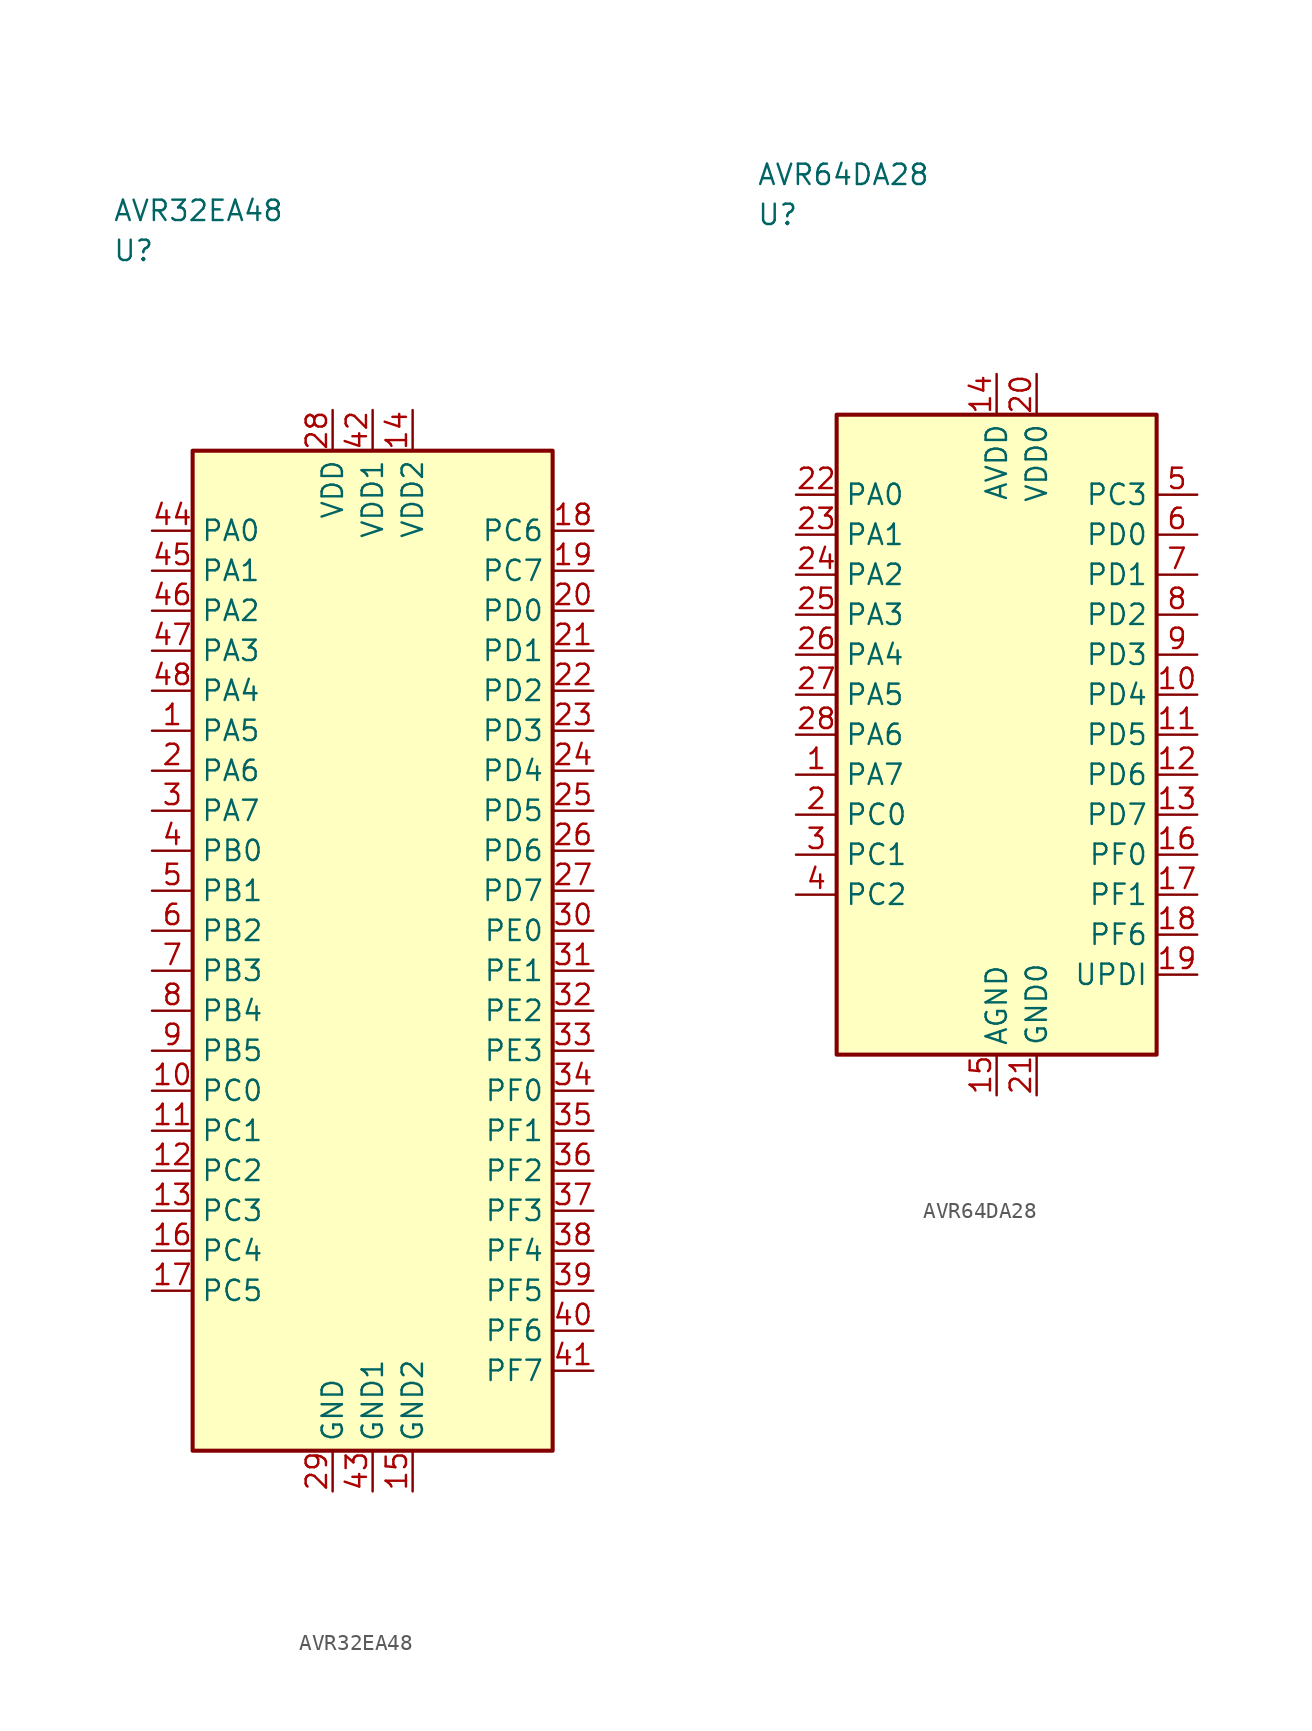
<source format=kicad_sym>
(kicad_symbol_lib
  (version 20241025)
  (generator "kicad_symbol_editor")
  (generator_version "8.0")
  (symbol "AVR32EA48"
    (property "Reference" "U"
      (at -16.25 43.75 0)
      (effects (font (size 1.27 1.27)) (justify left)))
    (property "Value" "AVR32EA48"
      (at -16.25 46.25 0)
      (effects (font (size 1.27 1.27)) (justify left)))
    (symbol "AVR32EA48_0_1"
      (rectangle (start -11.25 31.25) (end 11.25 -31.25) (stroke (width 0.254) (type default)) (fill (type background))))
    (symbol "AVR32EA48_1_1"
      (pin bidirectional line (at -13.79 13.75 0.0) (length 2.54) (name "PA5" (effects (font (size 1.27 1.27)))) (number "1" (effects (font (size 1.27 1.27)))))
      (pin bidirectional line (at -13.79 11.25 0.0) (length 2.54) (name "PA6" (effects (font (size 1.27 1.27)))) (number "2" (effects (font (size 1.27 1.27)))))
      (pin bidirectional line (at -13.79 8.75 0.0) (length 2.54) (name "PA7" (effects (font (size 1.27 1.27)))) (number "3" (effects (font (size 1.27 1.27)))))
      (pin bidirectional line (at -13.79 6.25 0.0) (length 2.54) (name "PB0" (effects (font (size 1.27 1.27)))) (number "4" (effects (font (size 1.27 1.27)))))
      (pin bidirectional line (at -13.79 3.75 0.0) (length 2.54) (name "PB1" (effects (font (size 1.27 1.27)))) (number "5" (effects (font (size 1.27 1.27)))))
      (pin bidirectional line (at -13.79 1.25 0.0) (length 2.54) (name "PB2" (effects (font (size 1.27 1.27)))) (number "6" (effects (font (size 1.27 1.27)))))
      (pin bidirectional line (at -13.79 -1.25 0.0) (length 2.54) (name "PB3" (effects (font (size 1.27 1.27)))) (number "7" (effects (font (size 1.27 1.27)))))
      (pin bidirectional line (at -13.79 -3.75 0.0) (length 2.54) (name "PB4" (effects (font (size 1.27 1.27)))) (number "8" (effects (font (size 1.27 1.27)))))
      (pin bidirectional line (at -13.79 -6.25 0.0) (length 2.54) (name "PB5" (effects (font (size 1.27 1.27)))) (number "9" (effects (font (size 1.27 1.27)))))
      (pin bidirectional line (at -13.79 -8.75 0.0) (length 2.54) (name "PC0" (effects (font (size 1.27 1.27)))) (number "10" (effects (font (size 1.27 1.27)))))
      (pin bidirectional line (at -13.79 -11.25 0.0) (length 2.54) (name "PC1" (effects (font (size 1.27 1.27)))) (number "11" (effects (font (size 1.27 1.27)))))
      (pin bidirectional line (at -13.79 -13.75 0.0) (length 2.54) (name "PC2" (effects (font (size 1.27 1.27)))) (number "12" (effects (font (size 1.27 1.27)))))
      (pin bidirectional line (at -13.79 -16.25 0.0) (length 2.54) (name "PC3" (effects (font (size 1.27 1.27)))) (number "13" (effects (font (size 1.27 1.27)))))
      (pin power_in line (at 2.5 33.79 270.0) (length 2.54) (name "VDD2" (effects (font (size 1.27 1.27)))) (number "14" (effects (font (size 1.27 1.27)))))
      (pin passive line (at 2.5 -33.79 90.0) (length 2.54) (name "GND2" (effects (font (size 1.27 1.27)))) (number "15" (effects (font (size 1.27 1.27)))))
      (pin bidirectional line (at -13.79 -18.75 0.0) (length 2.54) (name "PC4" (effects (font (size 1.27 1.27)))) (number "16" (effects (font (size 1.27 1.27)))))
      (pin bidirectional line (at -13.79 -21.25 0.0) (length 2.54) (name "PC5" (effects (font (size 1.27 1.27)))) (number "17" (effects (font (size 1.27 1.27)))))
      (pin bidirectional line (at 13.79 26.25 180.0) (length 2.54) (name "PC6" (effects (font (size 1.27 1.27)))) (number "18" (effects (font (size 1.27 1.27)))))
      (pin bidirectional line (at 13.79 23.75 180.0) (length 2.54) (name "PC7" (effects (font (size 1.27 1.27)))) (number "19" (effects (font (size 1.27 1.27)))))
      (pin bidirectional line (at 13.79 21.25 180.0) (length 2.54) (name "PD0" (effects (font (size 1.27 1.27)))) (number "20" (effects (font (size 1.27 1.27)))))
      (pin bidirectional line (at 13.79 18.75 180.0) (length 2.54) (name "PD1" (effects (font (size 1.27 1.27)))) (number "21" (effects (font (size 1.27 1.27)))))
      (pin bidirectional line (at 13.79 16.25 180.0) (length 2.54) (name "PD2" (effects (font (size 1.27 1.27)))) (number "22" (effects (font (size 1.27 1.27)))))
      (pin bidirectional line (at 13.79 13.75 180.0) (length 2.54) (name "PD3" (effects (font (size 1.27 1.27)))) (number "23" (effects (font (size 1.27 1.27)))))
      (pin bidirectional line (at 13.79 11.25 180.0) (length 2.54) (name "PD4" (effects (font (size 1.27 1.27)))) (number "24" (effects (font (size 1.27 1.27)))))
      (pin bidirectional line (at 13.79 8.75 180.0) (length 2.54) (name "PD5" (effects (font (size 1.27 1.27)))) (number "25" (effects (font (size 1.27 1.27)))))
      (pin bidirectional line (at 13.79 6.25 180.0) (length 2.54) (name "PD6" (effects (font (size 1.27 1.27)))) (number "26" (effects (font (size 1.27 1.27)))))
      (pin bidirectional line (at 13.79 3.75 180.0) (length 2.54) (name "PD7" (effects (font (size 1.27 1.27)))) (number "27" (effects (font (size 1.27 1.27)))))
      (pin power_in line (at -2.5 33.79 270.0) (length 2.54) (name "VDD" (effects (font (size 1.27 1.27)))) (number "28" (effects (font (size 1.27 1.27)))))
      (pin passive line (at -2.5 -33.79 90.0) (length 2.54) (name "GND" (effects (font (size 1.27 1.27)))) (number "29" (effects (font (size 1.27 1.27)))))
      (pin bidirectional line (at 13.79 1.25 180.0) (length 2.54) (name "PE0" (effects (font (size 1.27 1.27)))) (number "30" (effects (font (size 1.27 1.27)))))
      (pin bidirectional line (at 13.79 -1.25 180.0) (length 2.54) (name "PE1" (effects (font (size 1.27 1.27)))) (number "31" (effects (font (size 1.27 1.27)))))
      (pin bidirectional line (at 13.79 -3.75 180.0) (length 2.54) (name "PE2" (effects (font (size 1.27 1.27)))) (number "32" (effects (font (size 1.27 1.27)))))
      (pin bidirectional line (at 13.79 -6.25 180.0) (length 2.54) (name "PE3" (effects (font (size 1.27 1.27)))) (number "33" (effects (font (size 1.27 1.27)))))
      (pin bidirectional line (at 13.79 -8.75 180.0) (length 2.54) (name "PF0" (effects (font (size 1.27 1.27)))) (number "34" (effects (font (size 1.27 1.27)))))
      (pin bidirectional line (at 13.79 -11.25 180.0) (length 2.54) (name "PF1" (effects (font (size 1.27 1.27)))) (number "35" (effects (font (size 1.27 1.27)))))
      (pin bidirectional line (at 13.79 -13.75 180.0) (length 2.54) (name "PF2" (effects (font (size 1.27 1.27)))) (number "36" (effects (font (size 1.27 1.27)))))
      (pin bidirectional line (at 13.79 -16.25 180.0) (length 2.54) (name "PF3" (effects (font (size 1.27 1.27)))) (number "37" (effects (font (size 1.27 1.27)))))
      (pin bidirectional line (at 13.79 -18.75 180.0) (length 2.54) (name "PF4" (effects (font (size 1.27 1.27)))) (number "38" (effects (font (size 1.27 1.27)))))
      (pin bidirectional line (at 13.79 -21.25 180.0) (length 2.54) (name "PF5" (effects (font (size 1.27 1.27)))) (number "39" (effects (font (size 1.27 1.27)))))
      (pin bidirectional line (at 13.79 -23.75 180.0) (length 2.54) (name "PF6" (effects (font (size 1.27 1.27)))) (number "40" (effects (font (size 1.27 1.27)))))
      (pin bidirectional line (at 13.79 -26.25 180.0) (length 2.54) (name "PF7" (effects (font (size 1.27 1.27)))) (number "41" (effects (font (size 1.27 1.27)))))
      (pin power_in line (at 0.0 33.79 270.0) (length 2.54) (name "VDD1" (effects (font (size 1.27 1.27)))) (number "42" (effects (font (size 1.27 1.27)))))
      (pin passive line (at 0.0 -33.79 90.0) (length 2.54) (name "GND1" (effects (font (size 1.27 1.27)))) (number "43" (effects (font (size 1.27 1.27)))))
      (pin bidirectional line (at -13.79 26.25 0.0) (length 2.54) (name "PA0" (effects (font (size 1.27 1.27)))) (number "44" (effects (font (size 1.27 1.27)))))
      (pin bidirectional line (at -13.79 23.75 0.0) (length 2.54) (name "PA1" (effects (font (size 1.27 1.27)))) (number "45" (effects (font (size 1.27 1.27)))))
      (pin bidirectional line (at -13.79 21.25 0.0) (length 2.54) (name "PA2" (effects (font (size 1.27 1.27)))) (number "46" (effects (font (size 1.27 1.27)))))
      (pin bidirectional line (at -13.79 18.75 0.0) (length 2.54) (name "PA3" (effects (font (size 1.27 1.27)))) (number "47" (effects (font (size 1.27 1.27)))))
      (pin bidirectional line (at -13.79 16.25 0.0) (length 2.54) (name "PA4" (effects (font (size 1.27 1.27)))) (number "48" (effects (font (size 1.27 1.27)))))))
  (symbol "AVR64DA28"
    (property "Reference" "U"
      (at -15.0 32.5 0)
      (effects (font (size 1.27 1.27)) (justify left)))
    (property "Value" "AVR64DA28"
      (at -15.0 35.0 0)
      (effects (font (size 1.27 1.27)) (justify left)))
    (symbol "AVR64DA28_0_1"
      (rectangle (start -10.0 20.0) (end 10.0 -20.0) (stroke (width 0.254) (type default)) (fill (type background))))
    (symbol "AVR64DA28_1_1"
      (pin bidirectional line (at -12.54 -2.5 0.0) (length 2.54) (name "PA7" (effects (font (size 1.27 1.27)))) (number "1" (effects (font (size 1.27 1.27)))))
      (pin bidirectional line (at -12.54 -5.0 0.0) (length 2.54) (name "PC0" (effects (font (size 1.27 1.27)))) (number "2" (effects (font (size 1.27 1.27)))))
      (pin bidirectional line (at -12.54 -7.5 0.0) (length 2.54) (name "PC1" (effects (font (size 1.27 1.27)))) (number "3" (effects (font (size 1.27 1.27)))))
      (pin bidirectional line (at -12.54 -10.0 0.0) (length 2.54) (name "PC2" (effects (font (size 1.27 1.27)))) (number "4" (effects (font (size 1.27 1.27)))))
      (pin bidirectional line (at 12.54 15.0 180.0) (length 2.54) (name "PC3" (effects (font (size 1.27 1.27)))) (number "5" (effects (font (size 1.27 1.27)))))
      (pin bidirectional line (at 12.54 12.5 180.0) (length 2.54) (name "PD0" (effects (font (size 1.27 1.27)))) (number "6" (effects (font (size 1.27 1.27)))))
      (pin bidirectional line (at 12.54 10.0 180.0) (length 2.54) (name "PD1" (effects (font (size 1.27 1.27)))) (number "7" (effects (font (size 1.27 1.27)))))
      (pin bidirectional line (at 12.54 7.5 180.0) (length 2.54) (name "PD2" (effects (font (size 1.27 1.27)))) (number "8" (effects (font (size 1.27 1.27)))))
      (pin bidirectional line (at 12.54 5.0 180.0) (length 2.54) (name "PD3" (effects (font (size 1.27 1.27)))) (number "9" (effects (font (size 1.27 1.27)))))
      (pin bidirectional line (at 12.54 2.5 180.0) (length 2.54) (name "PD4" (effects (font (size 1.27 1.27)))) (number "10" (effects (font (size 1.27 1.27)))))
      (pin bidirectional line (at 12.54 0.0 180.0) (length 2.54) (name "PD5" (effects (font (size 1.27 1.27)))) (number "11" (effects (font (size 1.27 1.27)))))
      (pin bidirectional line (at 12.54 -2.5 180.0) (length 2.54) (name "PD6" (effects (font (size 1.27 1.27)))) (number "12" (effects (font (size 1.27 1.27)))))
      (pin bidirectional line (at 12.54 -5.0 180.0) (length 2.54) (name "PD7" (effects (font (size 1.27 1.27)))) (number "13" (effects (font (size 1.27 1.27)))))
      (pin power_in line (at 0.0 22.54 270.0) (length 2.54) (name "AVDD" (effects (font (size 1.27 1.27)))) (number "14" (effects (font (size 1.27 1.27)))))
      (pin passive line (at 0.0 -22.54 90.0) (length 2.54) (name "AGND" (effects (font (size 1.27 1.27)))) (number "15" (effects (font (size 1.27 1.27)))))
      (pin bidirectional line (at 12.54 -7.5 180.0) (length 2.54) (name "PF0" (effects (font (size 1.27 1.27)))) (number "16" (effects (font (size 1.27 1.27)))))
      (pin bidirectional line (at 12.54 -10.0 180.0) (length 2.54) (name "PF1" (effects (font (size 1.27 1.27)))) (number "17" (effects (font (size 1.27 1.27)))))
      (pin bidirectional line (at 12.54 -12.5 180.0) (length 2.54) (name "PF6" (effects (font (size 1.27 1.27)))) (number "18" (effects (font (size 1.27 1.27)))))
      (pin bidirectional line (at 12.54 -15.0 180.0) (length 2.54) (name "UPDI" (effects (font (size 1.27 1.27)))) (number "19" (effects (font (size 1.27 1.27)))))
      (pin power_in line (at 2.5 22.54 270.0) (length 2.54) (name "VDD0" (effects (font (size 1.27 1.27)))) (number "20" (effects (font (size 1.27 1.27)))))
      (pin passive line (at 2.5 -22.54 90.0) (length 2.54) (name "GND0" (effects (font (size 1.27 1.27)))) (number "21" (effects (font (size 1.27 1.27)))))
      (pin bidirectional line (at -12.54 15.0 0.0) (length 2.54) (name "PA0" (effects (font (size 1.27 1.27)))) (number "22" (effects (font (size 1.27 1.27)))))
      (pin bidirectional line (at -12.54 12.5 0.0) (length 2.54) (name "PA1" (effects (font (size 1.27 1.27)))) (number "23" (effects (font (size 1.27 1.27)))))
      (pin bidirectional line (at -12.54 10.0 0.0) (length 2.54) (name "PA2" (effects (font (size 1.27 1.27)))) (number "24" (effects (font (size 1.27 1.27)))))
      (pin bidirectional line (at -12.54 7.5 0.0) (length 2.54) (name "PA3" (effects (font (size 1.27 1.27)))) (number "25" (effects (font (size 1.27 1.27)))))
      (pin bidirectional line (at -12.54 5.0 0.0) (length 2.54) (name "PA4" (effects (font (size 1.27 1.27)))) (number "26" (effects (font (size 1.27 1.27)))))
      (pin bidirectional line (at -12.54 2.5 0.0) (length 2.54) (name "PA5" (effects (font (size 1.27 1.27)))) (number "27" (effects (font (size 1.27 1.27)))))
      (pin bidirectional line (at -12.54 0.0 0.0) (length 2.54) (name "PA6" (effects (font (size 1.27 1.27)))) (number "28" (effects (font (size 1.27 1.27))))))))
</source>
